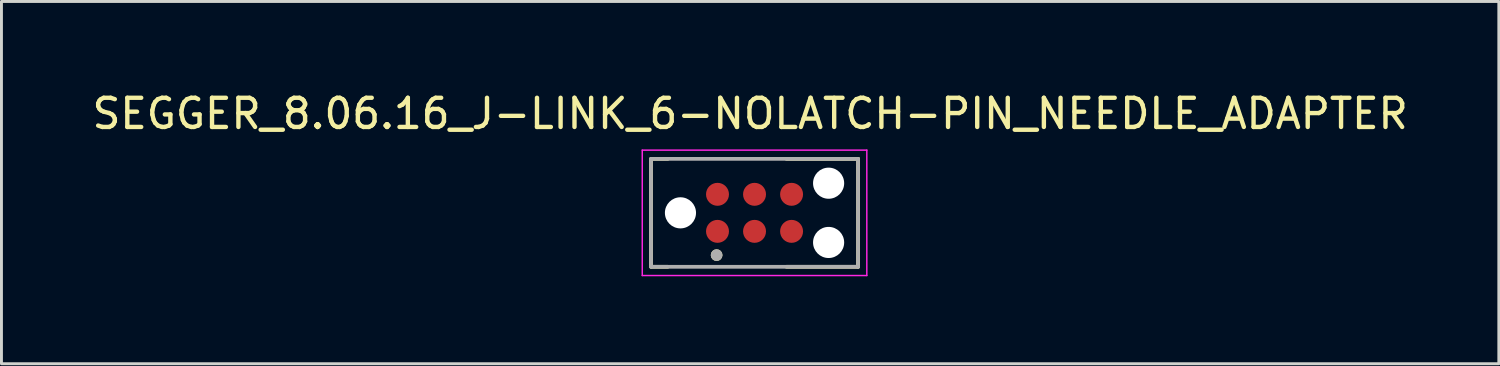
<source format=kicad_pcb>
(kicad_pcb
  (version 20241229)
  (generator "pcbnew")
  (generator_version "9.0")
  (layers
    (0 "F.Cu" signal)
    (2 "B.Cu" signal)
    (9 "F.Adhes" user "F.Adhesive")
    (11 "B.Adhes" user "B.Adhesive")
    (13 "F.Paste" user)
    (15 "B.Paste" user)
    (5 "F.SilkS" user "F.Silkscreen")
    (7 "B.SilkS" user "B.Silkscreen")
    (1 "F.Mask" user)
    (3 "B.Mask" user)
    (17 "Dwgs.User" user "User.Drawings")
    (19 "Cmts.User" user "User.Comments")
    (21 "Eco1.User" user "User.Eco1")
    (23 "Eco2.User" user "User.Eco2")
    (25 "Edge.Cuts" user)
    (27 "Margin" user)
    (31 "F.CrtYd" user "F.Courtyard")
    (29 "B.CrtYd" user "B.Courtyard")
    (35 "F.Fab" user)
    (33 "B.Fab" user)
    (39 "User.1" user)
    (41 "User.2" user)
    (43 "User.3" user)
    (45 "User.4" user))
  (footprint "SEGGER_8.06.16_J-LINK_6-NOLATCH-PIN_NEEDLE_ADAPTER"
    (layer "F.Cu")
    (at 22.823 4.248)
    (property "Reference" "SEGGER_8.06.16_J-LINK_6-NOLATCH-PIN_NEEDLE_ADAPTER" (at -0.15 -3.4 0) (layer "F.SilkS") (effects (font (size 1 1) (thickness 0.15))))
    (attr through_hole)
    (fp_line (start -3.55 1.85) (end -3.55 -1.85) (stroke (width 0.127) (type solid)) (layer "F.SilkS"))
    (fp_line (start -3.525 -1.85) (end -2.975 -1.85) (stroke (width 0.127) (type solid)) (layer "F.SilkS"))
    (fp_line (start -2.975 1.85) (end -3.525 1.85) (stroke (width 0.127) (type solid)) (layer "F.SilkS"))
    (fp_line (start 1.095 -1.85) (end 3.55 -1.85) (stroke (width 0.127) (type solid)) (layer "F.SilkS"))
    (fp_line (start 3.55 -1.85) (end 3.55 1.85) (stroke (width 0.127) (type solid)) (layer "F.SilkS"))
    (fp_line (start 3.55 1.85) (end 1.095 1.85) (stroke (width 0.127) (type solid)) (layer "F.SilkS"))
    (fp_circle (center -1.3 1.45) (end -1.2 1.45) (stroke (width 0.2) (type solid)) (fill no) (layer "F.SilkS"))
    (fp_line (start -3.85 -2.15) (end -3.85 2.15) (stroke (width 0.05) (type solid)) (layer "F.CrtYd"))
    (fp_line (start -3.85 2.15) (end 3.85 2.15) (stroke (width 0.05) (type solid)) (layer "F.CrtYd"))
    (fp_line (start 3.85 -2.15) (end -3.85 -2.15) (stroke (width 0.05) (type solid)) (layer "F.CrtYd"))
    (fp_line (start 3.85 2.15) (end 3.85 -2.15) (stroke (width 0.05) (type solid)) (layer "F.CrtYd"))
    (fp_line (start -3.55 -1.85) (end 3.55 -1.85) (stroke (width 0.127) (type solid)) (layer "F.Fab"))
    (fp_line (start -3.55 1.85) (end -3.55 -1.85) (stroke (width 0.127) (type solid)) (layer "F.Fab"))
    (fp_line (start 3.55 -1.85) (end 3.55 1.85) (stroke (width 0.127) (type solid)) (layer "F.Fab"))
    (fp_line (start 3.55 1.85) (end -3.55 1.85) (stroke (width 0.127) (type solid)) (layer "F.Fab"))
    (fp_circle (center -1.3 1.45) (end -1.2 1.45) (stroke (width 0.2) (type solid)) (fill no) (layer "F.Fab"))
    (pad "" np_thru_hole circle (at -2.54 0) (size 1.067 1.067) (drill 1.067) (layers "*.Cu" "*.Mask"))
    (pad "" np_thru_hole circle (at 2.54 -1.016) (size 1.067 1.067) (drill 1.067) (layers "*.Cu" "*.Mask"))
    (pad "" np_thru_hole circle (at 2.54 1.016) (size 1.067 1.067) (drill 1.067) (layers "*.Cu" "*.Mask"))
    (pad "1" smd circle (at -1.27 0.635) (size 0.787 0.787) (layers "F.Cu" "F.Mask"))
    (pad "2" smd circle (at -1.27 -0.635) (size 0.787 0.787) (layers "F.Cu" "F.Mask"))
    (pad "3" smd circle (at 0 0.635) (size 0.787 0.787) (layers "F.Cu" "F.Mask"))
    (pad "4" smd circle (at 0 -0.635) (size 0.787 0.787) (layers "F.Cu" "F.Mask"))
    (pad "5" smd circle (at 1.27 0.635) (size 0.787 0.787) (layers "F.Cu" "F.Mask"))
    (pad "6" smd circle (at 1.27 -0.635) (size 0.787 0.787) (layers "F.Cu" "F.Mask"))
    (zone (net_name "") (layer "F.Cu") (hatch full 0.508) (connect_pads) (min_thickness 0.01) (filled_areas_thickness no) (keepout (tracks not_allowed) (vias not_allowed) (pads not_allowed) (copperpour not_allowed) (footprints allowed)) (placement (enabled no)) (fill) (polygon (pts (xy 21.946 4.883) (xy 21.946 4.862) (xy 21.944 4.842) (xy 21.942 4.821) (xy 21.938 4.801) (xy 21.933 4.781) (xy 21.927 4.761) (xy 21.92 4.742) (xy 21.912 4.723) (xy 21.904 4.704) (xy 21.894 4.686) (xy 21.883 4.669) (xy 21.871 4.652) (xy 21.859 4.635) (xy 21.845 4.62) (xy 21.831 4.605) (xy 21.816 4.591) (xy 21.801 4.577) (xy 21.784 4.565) (xy 21.767 4.553) (xy 21.75 4.542) (xy 21.732 4.532) (xy 21.713 4.524) (xy 21.694 4.516) (xy 21.675 4.509) (xy 21.655 4.503) (xy 21.635 4.498) (xy 21.615 4.494) (xy 21.594 4.492) (xy 21.574 4.49) (xy 21.553 4.489) (xy 21.553 4.007) (xy 21.574 4.006) (xy 21.594 4.004) (xy 21.615 4.002) (xy 21.635 3.998) (xy 21.655 3.993) (xy 21.675 3.987) (xy 21.694 3.98) (xy 21.713 3.972) (xy 21.732 3.964) (xy 21.75 3.954) (xy 21.767 3.943) (xy 21.784 3.931) (xy 21.801 3.919) (xy 21.816 3.905) (xy 21.831 3.891) (xy 21.845 3.876) (xy 21.859 3.861) (xy 21.871 3.844) (xy 21.883 3.827) (xy 21.894 3.81) (xy 21.904 3.792) (xy 21.912 3.773) (xy 21.92 3.754) (xy 21.927 3.735) (xy 21.933 3.715) (xy 21.938 3.695) (xy 21.942 3.675) (xy 21.944 3.654) (xy 21.946 3.634) (xy 21.947 3.613) (xy 22.429 3.613) (xy 22.432 3.654) (xy 22.438 3.695) (xy 22.449 3.735) (xy 22.464 3.773) (xy 22.482 3.81) (xy 22.505 3.844) (xy 22.531 3.876) (xy 22.56 3.905) (xy 22.592 3.931) (xy 22.626 3.954) (xy 22.663 3.972) (xy 22.701 3.987) (xy 22.741 3.998) (xy 22.782 4.004) (xy 22.823 4.007) (xy 22.864 4.004) (xy 22.905 3.998) (xy 22.945 3.987) (xy 22.983 3.972) (xy 23.02 3.954) (xy 23.054 3.931) (xy 23.086 3.905) (xy 23.115 3.876) (xy 23.141 3.844) (xy 23.164 3.81) (xy 23.182 3.773) (xy 23.197 3.735) (xy 23.208 3.695) (xy 23.214 3.654) (xy 23.217 3.613) (xy 23.699 3.613) (xy 23.7 3.634) (xy 23.702 3.654) (xy 23.704 3.675) (xy 23.708 3.695) (xy 23.713 3.715) (xy 23.719 3.735) (xy 23.726 3.754) (xy 23.734 3.773) (xy 23.742 3.792) (xy 23.752 3.81) (xy 23.763 3.827) (xy 23.775 3.844) (xy 23.787 3.861) (xy 23.801 3.876) (xy 23.815 3.891) (xy 23.83 3.905) (xy 23.845 3.919) (xy 23.862 3.931) (xy 23.879 3.943) (xy 23.896 3.954) (xy 23.914 3.964) (xy 23.933 3.972) (xy 23.952 3.98) (xy 23.971 3.987) (xy 23.991 3.993) (xy 24.011 3.998) (xy 24.031 4.002) (xy 24.052 4.004) (xy 24.072 4.006) (xy 24.093 4.007) (xy 24.093 4.489) (xy 24.072 4.49) (xy 24.052 4.492) (xy 24.031 4.494) (xy 24.011 4.498) (xy 23.991 4.503) (xy 23.971 4.509) (xy 23.952 4.516) (xy 23.933 4.524) (xy 23.914 4.532) (xy 23.896 4.542) (xy 23.879 4.553) (xy 23.862 4.565) (xy 23.845 4.577) (xy 23.83 4.591) (xy 23.815 4.605) (xy 23.801 4.62) (xy 23.787 4.635) (xy 23.775 4.652) (xy 23.763 4.669) (xy 23.752 4.686) (xy 23.742 4.704) (xy 23.734 4.723) (xy 23.726 4.742) (xy 23.719 4.761) (xy 23.713 4.781) (xy 23.708 4.801) (xy 23.704 4.821) (xy 23.702 4.842) (xy 23.7 4.862) (xy 23.699 4.883) (xy 23.217 4.883) (xy 23.214 4.842) (xy 23.208 4.801) (xy 23.197 4.761) (xy 23.182 4.723) (xy 23.164 4.686) (xy 23.141 4.652) (xy 23.115 4.62) (xy 23.086 4.591) (xy 23.054 4.565) (xy 23.02 4.542) (xy 22.983 4.524) (xy 22.945 4.509) (xy 22.905 4.498) (xy 22.864 4.492) (xy 22.823 4.489) (xy 22.782 4.492) (xy 22.741 4.498) (xy 22.701 4.509) (xy 22.663 4.524) (xy 22.626 4.542) (xy 22.592 4.565) (xy 22.56 4.591) (xy 22.531 4.62) (xy 22.505 4.652) (xy 22.482 4.686) (xy 22.464 4.723) (xy 22.449 4.761) (xy 22.438 4.801) (xy 22.432 4.842) (xy 22.429 4.883) (xy 21.947 4.883))))
    (zone (net_name "") (layers "F.Cu" "B.Cu") (hatch full 0.508) (connect_pads) (min_thickness 0.01) (filled_areas_thickness no) (keepout (tracks allowed) (vias not_allowed) (pads allowed) (copperpour allowed) (footprints allowed)) (placement (enabled no)) (fill) (polygon (pts (xy 21.946 4.883) (xy 21.946 4.862) (xy 21.944 4.842) (xy 21.942 4.821) (xy 21.938 4.801) (xy 21.933 4.781) (xy 21.927 4.761) (xy 21.92 4.742) (xy 21.912 4.723) (xy 21.904 4.704) (xy 21.894 4.686) (xy 21.883 4.669) (xy 21.871 4.652) (xy 21.859 4.635) (xy 21.845 4.62) (xy 21.831 4.605) (xy 21.816 4.591) (xy 21.801 4.577) (xy 21.784 4.565) (xy 21.767 4.553) (xy 21.75 4.542) (xy 21.732 4.532) (xy 21.713 4.524) (xy 21.694 4.516) (xy 21.675 4.509) (xy 21.655 4.503) (xy 21.635 4.498) (xy 21.615 4.494) (xy 21.594 4.492) (xy 21.574 4.49) (xy 21.553 4.489) (xy 21.553 4.007) (xy 21.574 4.006) (xy 21.594 4.004) (xy 21.615 4.002) (xy 21.635 3.998) (xy 21.655 3.993) (xy 21.675 3.987) (xy 21.694 3.98) (xy 21.713 3.972) (xy 21.732 3.964) (xy 21.75 3.954) (xy 21.767 3.943) (xy 21.784 3.931) (xy 21.801 3.919) (xy 21.816 3.905) (xy 21.831 3.891) (xy 21.845 3.876) (xy 21.859 3.861) (xy 21.871 3.844) (xy 21.883 3.827) (xy 21.894 3.81) (xy 21.904 3.792) (xy 21.912 3.773) (xy 21.92 3.754) (xy 21.927 3.735) (xy 21.933 3.715) (xy 21.938 3.695) (xy 21.942 3.675) (xy 21.944 3.654) (xy 21.946 3.634) (xy 21.947 3.613) (xy 22.429 3.613) (xy 22.432 3.654) (xy 22.438 3.695) (xy 22.449 3.735) (xy 22.464 3.773) (xy 22.482 3.81) (xy 22.505 3.844) (xy 22.531 3.876) (xy 22.56 3.905) (xy 22.592 3.931) (xy 22.626 3.954) (xy 22.663 3.972) (xy 22.701 3.987) (xy 22.741 3.998) (xy 22.782 4.004) (xy 22.823 4.007) (xy 22.864 4.004) (xy 22.905 3.998) (xy 22.945 3.987) (xy 22.983 3.972) (xy 23.02 3.954) (xy 23.054 3.931) (xy 23.086 3.905) (xy 23.115 3.876) (xy 23.141 3.844) (xy 23.164 3.81) (xy 23.182 3.773) (xy 23.197 3.735) (xy 23.208 3.695) (xy 23.214 3.654) (xy 23.217 3.613) (xy 23.699 3.613) (xy 23.7 3.634) (xy 23.702 3.654) (xy 23.704 3.675) (xy 23.708 3.695) (xy 23.713 3.715) (xy 23.719 3.735) (xy 23.726 3.754) (xy 23.734 3.773) (xy 23.742 3.792) (xy 23.752 3.81) (xy 23.763 3.827) (xy 23.775 3.844) (xy 23.787 3.861) (xy 23.801 3.876) (xy 23.815 3.891) (xy 23.83 3.905) (xy 23.845 3.919) (xy 23.862 3.931) (xy 23.879 3.943) (xy 23.896 3.954) (xy 23.914 3.964) (xy 23.933 3.972) (xy 23.952 3.98) (xy 23.971 3.987) (xy 23.991 3.993) (xy 24.011 3.998) (xy 24.031 4.002) (xy 24.052 4.004) (xy 24.072 4.006) (xy 24.093 4.007) (xy 24.093 4.489) (xy 24.072 4.49) (xy 24.052 4.492) (xy 24.031 4.494) (xy 24.011 4.498) (xy 23.991 4.503) (xy 23.971 4.509) (xy 23.952 4.516) (xy 23.933 4.524) (xy 23.914 4.532) (xy 23.896 4.542) (xy 23.879 4.553) (xy 23.862 4.565) (xy 23.845 4.577) (xy 23.83 4.591) (xy 23.815 4.605) (xy 23.801 4.62) (xy 23.787 4.635) (xy 23.775 4.652) (xy 23.763 4.669) (xy 23.752 4.686) (xy 23.742 4.704) (xy 23.734 4.723) (xy 23.726 4.742) (xy 23.719 4.761) (xy 23.713 4.781) (xy 23.708 4.801) (xy 23.704 4.821) (xy 23.702 4.842) (xy 23.7 4.862) (xy 23.699 4.883) (xy 23.217 4.883) (xy 23.214 4.842) (xy 23.208 4.801) (xy 23.197 4.761) (xy 23.182 4.723) (xy 23.164 4.686) (xy 23.141 4.652) (xy 23.115 4.62) (xy 23.086 4.591) (xy 23.054 4.565) (xy 23.02 4.542) (xy 22.983 4.524) (xy 22.945 4.509) (xy 22.905 4.498) (xy 22.864 4.492) (xy 22.823 4.489) (xy 22.782 4.492) (xy 22.741 4.498) (xy 22.701 4.509) (xy 22.663 4.524) (xy 22.626 4.542) (xy 22.592 4.565) (xy 22.56 4.591) (xy 22.531 4.62) (xy 22.505 4.652) (xy 22.482 4.686) (xy 22.464 4.723) (xy 22.449 4.761) (xy 22.438 4.801) (xy 22.432 4.842) (xy 22.429 4.883) (xy 21.947 4.883)))))
  (gr_rect
    (start -3 -3)
    (end 48.345 9.423)
    (stroke (width 0.1) (type default))
    (fill no)
    (layer "Edge.Cuts")))
</source>
